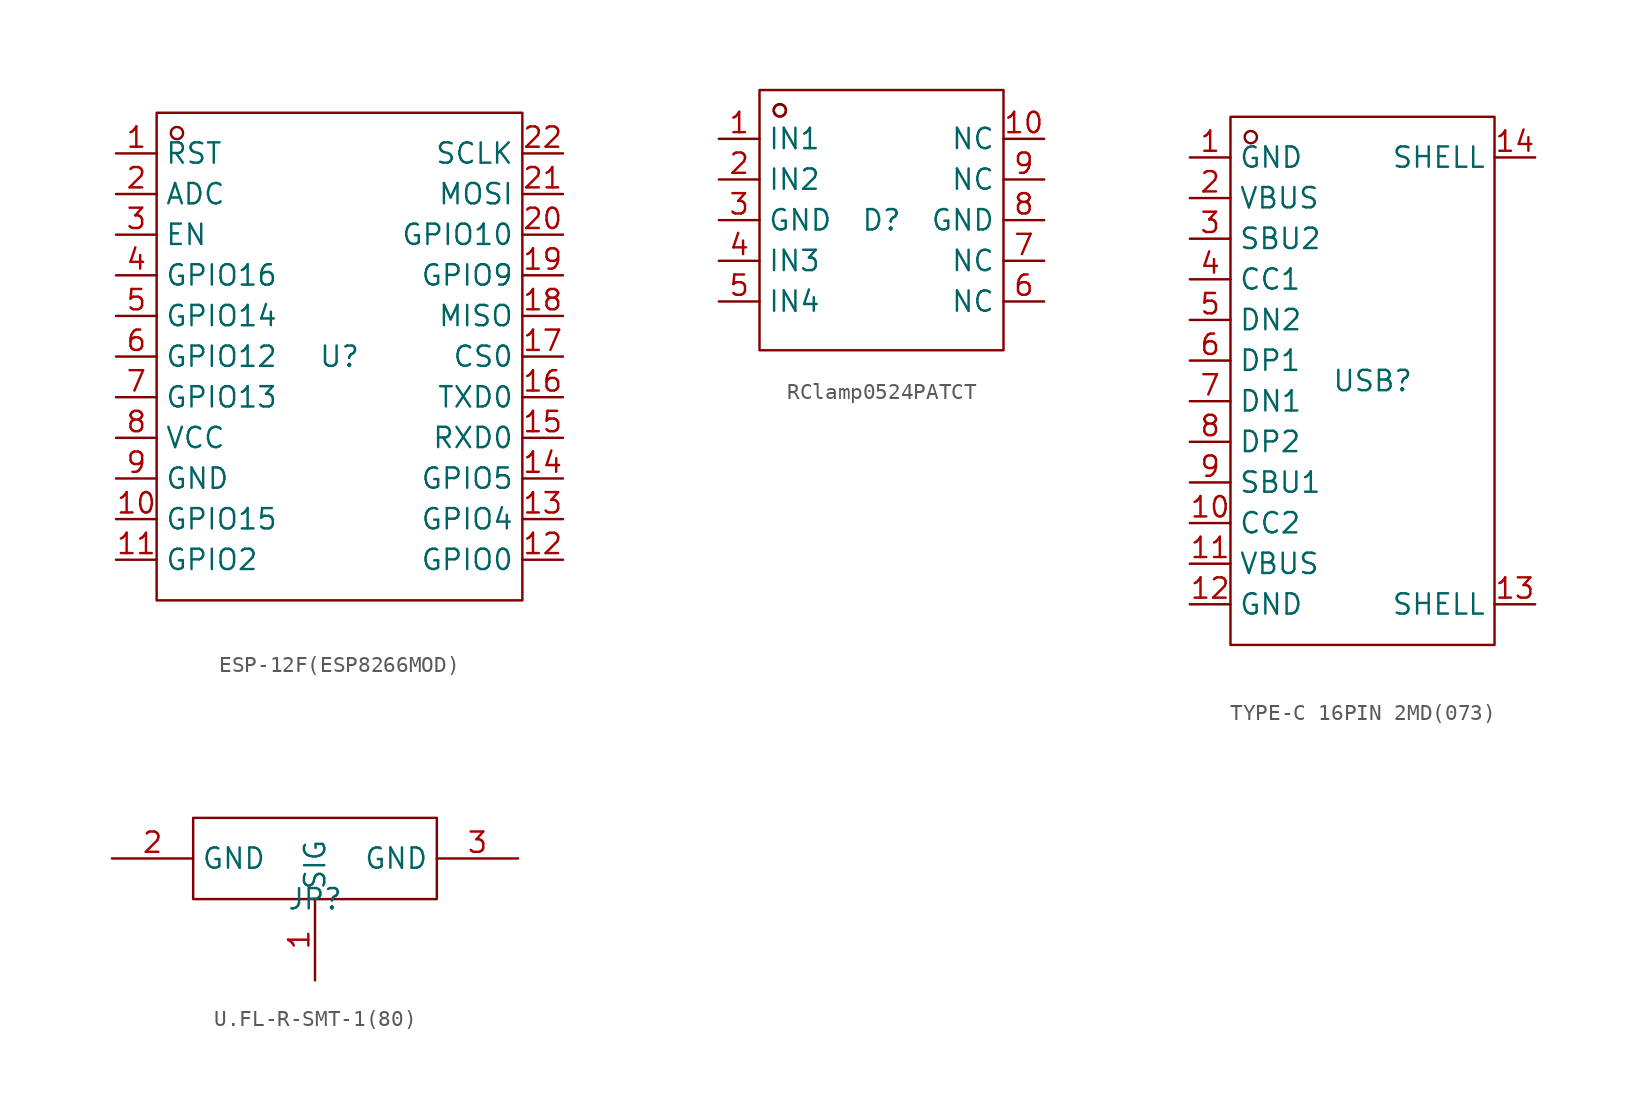
<source format=kicad_sym>
(kicad_symbol_lib
  (version 20231120)
  (generator "kicad_symbol_editor")
  (generator_version "8.0")
  (symbol "ESP-12F(ESP8266MOD)"
    (property "Reference" "U"
      (at 0 0 0)
      (effects (font (size 1.27 1.27))))
    (symbol "ESP-12F(ESP8266MOD)_1_0"
      (rectangle (start -11.43 -15.24) (end 11.43 15.24) (stroke (width 0) (type default)) (fill (type none)))
      (circle (center -10.16 13.97) (radius 0.381) (stroke (width 0) (type default)) (fill (type none)))
      (pin input line (at -13.97 12.7 0) (length 2.54) (name "RST" (effects (font (size 1.27 1.27)))) (number "1" (effects (font (size 1.27 1.27)))))
      (pin input line (at -13.97 -10.16 0) (length 2.54) (name "GPIO15" (effects (font (size 1.27 1.27)))) (number "10" (effects (font (size 1.27 1.27)))))
      (pin input line (at -13.97 -12.7 0) (length 2.54) (name "GPIO2" (effects (font (size 1.27 1.27)))) (number "11" (effects (font (size 1.27 1.27)))))
      (pin input line (at 13.97 -12.7 180) (length 2.54) (name "GPIO0" (effects (font (size 1.27 1.27)))) (number "12" (effects (font (size 1.27 1.27)))))
      (pin input line (at 13.97 -10.16 180) (length 2.54) (name "GPIO4" (effects (font (size 1.27 1.27)))) (number "13" (effects (font (size 1.27 1.27)))))
      (pin input line (at 13.97 -7.62 180) (length 2.54) (name "GPIO5" (effects (font (size 1.27 1.27)))) (number "14" (effects (font (size 1.27 1.27)))))
      (pin input line (at 13.97 -5.08 180) (length 2.54) (name "RXD0" (effects (font (size 1.27 1.27)))) (number "15" (effects (font (size 1.27 1.27)))))
      (pin input line (at 13.97 -2.54 180) (length 2.54) (name "TXD0" (effects (font (size 1.27 1.27)))) (number "16" (effects (font (size 1.27 1.27)))))
      (pin input line (at 13.97 0 180) (length 2.54) (name "CS0" (effects (font (size 1.27 1.27)))) (number "17" (effects (font (size 1.27 1.27)))))
      (pin input line (at 13.97 2.54 180) (length 2.54) (name "MISO" (effects (font (size 1.27 1.27)))) (number "18" (effects (font (size 1.27 1.27)))))
      (pin input line (at 13.97 5.08 180) (length 2.54) (name "GPIO9" (effects (font (size 1.27 1.27)))) (number "19" (effects (font (size 1.27 1.27)))))
      (pin input line (at -13.97 10.16 0) (length 2.54) (name "ADC" (effects (font (size 1.27 1.27)))) (number "2" (effects (font (size 1.27 1.27)))))
      (pin input line (at 13.97 7.62 180) (length 2.54) (name "GPIO10" (effects (font (size 1.27 1.27)))) (number "20" (effects (font (size 1.27 1.27)))))
      (pin input line (at 13.97 10.16 180) (length 2.54) (name "MOSI" (effects (font (size 1.27 1.27)))) (number "21" (effects (font (size 1.27 1.27)))))
      (pin input line (at 13.97 12.7 180) (length 2.54) (name "SCLK" (effects (font (size 1.27 1.27)))) (number "22" (effects (font (size 1.27 1.27)))))
      (pin input line (at -13.97 7.62 0) (length 2.54) (name "EN" (effects (font (size 1.27 1.27)))) (number "3" (effects (font (size 1.27 1.27)))))
      (pin input line (at -13.97 5.08 0) (length 2.54) (name "GPIO16" (effects (font (size 1.27 1.27)))) (number "4" (effects (font (size 1.27 1.27)))))
      (pin input line (at -13.97 2.54 0) (length 2.54) (name "GPIO14" (effects (font (size 1.27 1.27)))) (number "5" (effects (font (size 1.27 1.27)))))
      (pin input line (at -13.97 0 0) (length 2.54) (name "GPIO12" (effects (font (size 1.27 1.27)))) (number "6" (effects (font (size 1.27 1.27)))))
      (pin input line (at -13.97 -2.54 0) (length 2.54) (name "GPIO13" (effects (font (size 1.27 1.27)))) (number "7" (effects (font (size 1.27 1.27)))))
      (pin input line (at -13.97 -5.08 0) (length 2.54) (name "VCC" (effects (font (size 1.27 1.27)))) (number "8" (effects (font (size 1.27 1.27)))))
      (pin input line (at -13.97 -7.62 0) (length 2.54) (name "GND" (effects (font (size 1.27 1.27)))) (number "9" (effects (font (size 1.27 1.27)))))))
  (symbol "RClamp0524PATCT"
    (property "Reference" "D"
      (at 0 0 0)
      (effects (font (size 1.27 1.27))))
    (property "Value" ""
      (at 0 0 0)
      (effects (font (size 1.27 1.27))))
    (symbol "RClamp0524PATCT_1_0"
      (rectangle (start -7.62 -8.128) (end 7.62 8.128) (stroke (width 0) (type default)) (fill (type none)))
      (circle (center -6.35 6.858) (radius 0.381) (stroke (width 0) (type default)) (fill (type none)))
      (circle (center -6.35 6.858) (radius 0.381) (stroke (width 0) (type default)) (fill (type none)))
      (pin unspecified line (at -10.16 5.08 0) (length 2.54) (name "IN1" (effects (font (size 1.27 1.27)))) (number "1" (effects (font (size 1.27 1.27)))))
      (pin unspecified line (at 10.16 5.08 180) (length 2.54) (name "NC" (effects (font (size 1.27 1.27)))) (number "10" (effects (font (size 1.27 1.27)))))
      (pin unspecified line (at -10.16 2.54 0) (length 2.54) (name "IN2" (effects (font (size 1.27 1.27)))) (number "2" (effects (font (size 1.27 1.27)))))
      (pin unspecified line (at -10.16 0 0) (length 2.54) (name "GND" (effects (font (size 1.27 1.27)))) (number "3" (effects (font (size 1.27 1.27)))))
      (pin unspecified line (at -10.16 -2.54 0) (length 2.54) (name "IN3" (effects (font (size 1.27 1.27)))) (number "4" (effects (font (size 1.27 1.27)))))
      (pin unspecified line (at -10.16 -5.08 0) (length 2.54) (name "IN4" (effects (font (size 1.27 1.27)))) (number "5" (effects (font (size 1.27 1.27)))))
      (pin unspecified line (at 10.16 -5.08 180) (length 2.54) (name "NC" (effects (font (size 1.27 1.27)))) (number "6" (effects (font (size 1.27 1.27)))))
      (pin unspecified line (at 10.16 -2.54 180) (length 2.54) (name "NC" (effects (font (size 1.27 1.27)))) (number "7" (effects (font (size 1.27 1.27)))))
      (pin unspecified line (at 10.16 0 180) (length 2.54) (name "GND" (effects (font (size 1.27 1.27)))) (number "8" (effects (font (size 1.27 1.27)))))
      (pin unspecified line (at 10.16 2.54 180) (length 2.54) (name "NC" (effects (font (size 1.27 1.27)))) (number "9" (effects (font (size 1.27 1.27)))))))
  (symbol "TYPE-C 16PIN 2MD(073)"
    (property "Reference" "USB"
      (at 0 0 0)
      (effects (font (size 1.27 1.27))))
    (property "Value" ""
      (at 0 0 0)
      (effects (font (size 1.27 1.27))))
    (symbol "TYPE-C 16PIN 2MD(073)_1_0"
      (rectangle (start -8.89 -16.51) (end 7.62 16.51) (stroke (width 0) (type default)) (fill (type none)))
      (circle (center -7.62 15.24) (radius 0.381) (stroke (width 0) (type default)) (fill (type none)))
      (pin unspecified line (at -11.43 13.97 0) (length 2.54) (name "GND" (effects (font (size 1.27 1.27)))) (number "1" (effects (font (size 1.27 1.27)))))
      (pin unspecified line (at -11.43 -8.89 0) (length 2.54) (name "CC2" (effects (font (size 1.27 1.27)))) (number "10" (effects (font (size 1.27 1.27)))))
      (pin unspecified line (at -11.43 -11.43 0) (length 2.54) (name "VBUS" (effects (font (size 1.27 1.27)))) (number "11" (effects (font (size 1.27 1.27)))))
      (pin unspecified line (at -11.43 -13.97 0) (length 2.54) (name "GND" (effects (font (size 1.27 1.27)))) (number "12" (effects (font (size 1.27 1.27)))))
      (pin unspecified line (at 10.16 -13.97 180) (length 2.54) (name "SHELL" (effects (font (size 1.27 1.27)))) (number "13" (effects (font (size 1.27 1.27)))))
      (pin unspecified line (at 10.16 13.97 180) (length 2.54) (name "SHELL" (effects (font (size 1.27 1.27)))) (number "14" (effects (font (size 1.27 1.27)))))
      (pin unspecified line (at -11.43 11.43 0) (length 2.54) (name "VBUS" (effects (font (size 1.27 1.27)))) (number "2" (effects (font (size 1.27 1.27)))))
      (pin unspecified line (at -11.43 8.89 0) (length 2.54) (name "SBU2" (effects (font (size 1.27 1.27)))) (number "3" (effects (font (size 1.27 1.27)))))
      (pin unspecified line (at -11.43 6.35 0) (length 2.54) (name "CC1" (effects (font (size 1.27 1.27)))) (number "4" (effects (font (size 1.27 1.27)))))
      (pin unspecified line (at -11.43 3.81 0) (length 2.54) (name "DN2" (effects (font (size 1.27 1.27)))) (number "5" (effects (font (size 1.27 1.27)))))
      (pin unspecified line (at -11.43 1.27 0) (length 2.54) (name "DP1" (effects (font (size 1.27 1.27)))) (number "6" (effects (font (size 1.27 1.27)))))
      (pin unspecified line (at -11.43 -1.27 0) (length 2.54) (name "DN1" (effects (font (size 1.27 1.27)))) (number "7" (effects (font (size 1.27 1.27)))))
      (pin unspecified line (at -11.43 -3.81 0) (length 2.54) (name "DP2" (effects (font (size 1.27 1.27)))) (number "8" (effects (font (size 1.27 1.27)))))
      (pin unspecified line (at -11.43 -6.35 0) (length 2.54) (name "SBU1" (effects (font (size 1.27 1.27)))) (number "9" (effects (font (size 1.27 1.27)))))))
  (symbol "U.FL-R-SMT-1(80)"
    (property "Reference" "JP"
      (at 0 0 0)
      (effects (font (size 1.27 1.27))))
    (property "Value" ""
      (at 0 0 0)
      (effects (font (size 1.27 1.27))))
    (symbol "U.FL-R-SMT-1(80)_1_0"
      (rectangle (start -7.62 5.08) (end 7.62 0) (stroke (width 0) (type default)) (fill (type none)))
      (pin unspecified line (at 0 -5.08 90) (length 5.08) (name "SIG" (effects (font (size 1.27 1.27)))) (number "1" (effects (font (size 1.27 1.27)))))
      (pin unspecified line (at -12.7 2.54 0) (length 5.08) (name "GND" (effects (font (size 1.27 1.27)))) (number "2" (effects (font (size 1.27 1.27)))))
      (pin unspecified line (at 12.7 2.54 180) (length 5.08) (name "GND" (effects (font (size 1.27 1.27)))) (number "3" (effects (font (size 1.27 1.27))))))))
</source>
